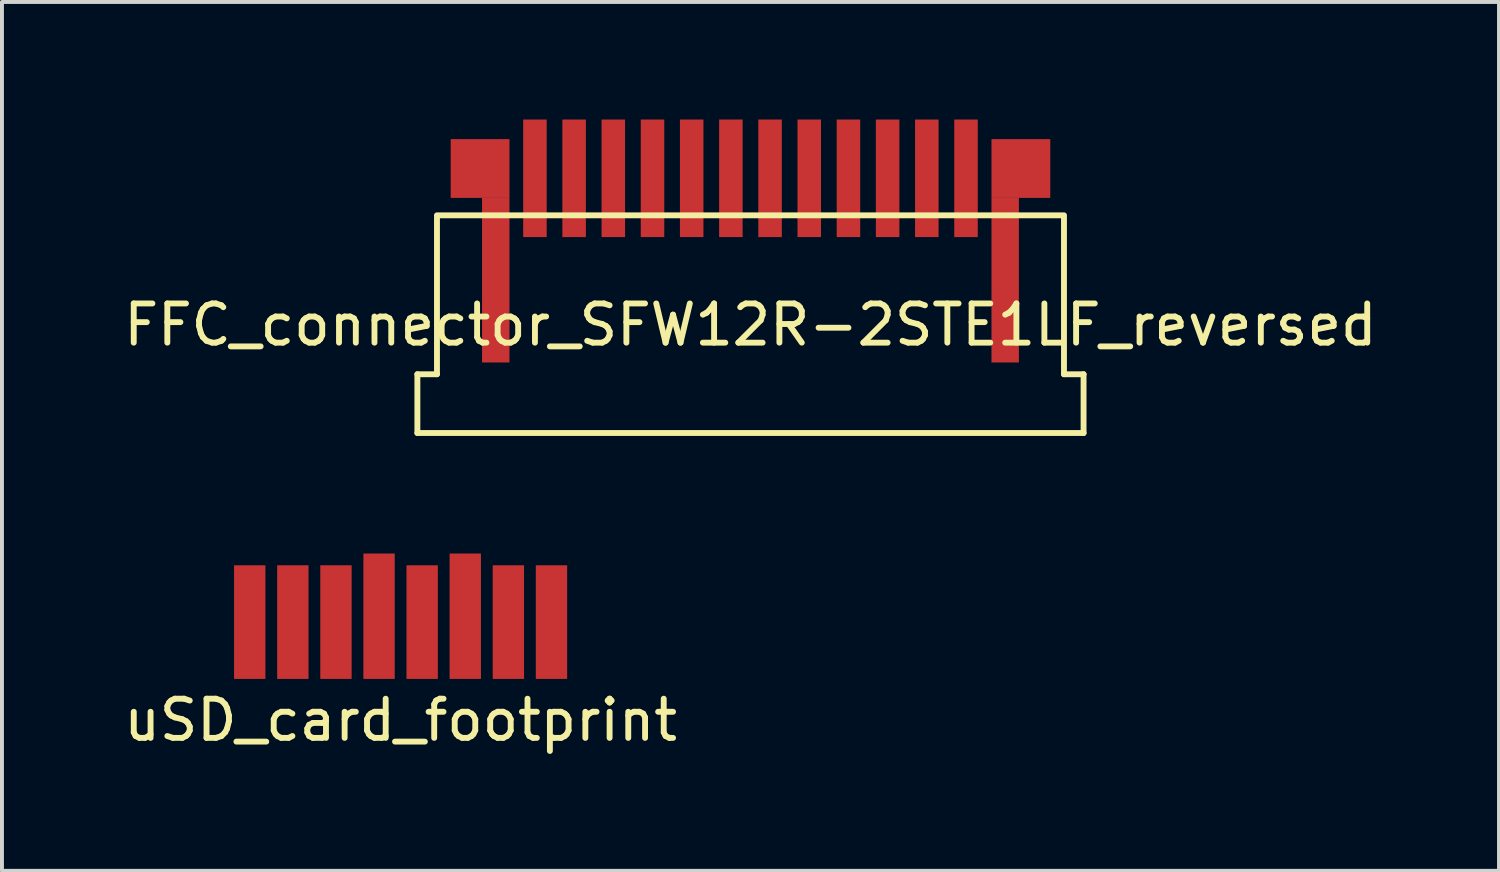
<source format=kicad_pcb>
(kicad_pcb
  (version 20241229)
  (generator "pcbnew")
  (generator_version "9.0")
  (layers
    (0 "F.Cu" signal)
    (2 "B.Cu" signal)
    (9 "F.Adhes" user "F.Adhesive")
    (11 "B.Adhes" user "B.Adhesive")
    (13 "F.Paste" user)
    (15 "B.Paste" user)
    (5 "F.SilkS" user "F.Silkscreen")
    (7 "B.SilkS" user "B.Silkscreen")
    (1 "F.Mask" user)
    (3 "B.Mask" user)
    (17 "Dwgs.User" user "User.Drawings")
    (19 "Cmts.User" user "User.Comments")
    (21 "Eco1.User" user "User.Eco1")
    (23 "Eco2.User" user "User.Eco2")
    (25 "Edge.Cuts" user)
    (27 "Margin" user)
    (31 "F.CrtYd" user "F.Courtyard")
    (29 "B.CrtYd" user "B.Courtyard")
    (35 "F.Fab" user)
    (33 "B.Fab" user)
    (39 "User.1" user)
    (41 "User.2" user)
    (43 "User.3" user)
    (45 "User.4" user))
  (footprint "uSD_card_footprint"
    (layer "F.Cu")
    (at 7.173 12.825)
    (property "Reference" "uSD_card_footprint" (at 0 2.5 0) (layer "F.SilkS") (effects (font (size 1 1) (thickness 0.15))))
    (attr through_hole)
    (pad "1" smd rect (at -3.85 0) (size 0.8 2.9) (layers "F.Cu" "F.Mask" "F.Paste"))
    (pad "2" smd rect (at -2.75 0) (size 0.8 2.9) (layers "F.Cu" "F.Mask" "F.Paste"))
    (pad "3" smd rect (at -1.65 0) (size 0.8 2.9) (layers "F.Cu" "F.Mask" "F.Paste"))
    (pad "4" smd rect (at -0.55 -0.15) (size 0.8 3.2) (layers "F.Cu" "F.Mask" "F.Paste"))
    (pad "5" smd rect (at 0.55 0) (size 0.8 2.9) (layers "F.Cu" "F.Mask" "F.Paste"))
    (pad "6" smd rect (at 1.65 -0.15) (size 0.8 3.2) (layers "F.Cu" "F.Mask" "F.Paste"))
    (pad "7" smd rect (at 2.75 0) (size 0.8 2.9) (layers "F.Cu" "F.Mask" "F.Paste"))
    (pad "8" smd rect (at 3.85 0) (size 0.8 2.9) (layers "F.Cu" "F.Mask" "F.Paste")))
  (footprint "FFC_connector_SFW12R-2STE1LF_reversed"
    (layer "F.Cu")
    (at 16.101 2)
    (property "Reference" "FFC_connector_SFW12R-2STE1LF_reversed" (at 0 3.239 0) (layer "F.SilkS") (effects (font (size 1 1) (thickness 0.15))))
    (attr through_hole)
    (fp_line (start -8.5 4.5) (end -8.5 6) (stroke (width 0.15) (type solid)) (layer "F.SilkS"))
    (fp_line (start -8.5 6) (end 8.5 6) (stroke (width 0.15) (type solid)) (layer "F.SilkS"))
    (fp_line (start -8.001 0.445) (end 8.001 0.445) (stroke (width 0.15) (type solid)) (layer "F.SilkS"))
    (fp_line (start -8 0.5) (end -8 4.5) (stroke (width 0.15) (type solid)) (layer "F.SilkS"))
    (fp_line (start -8 4.5) (end -8.5 4.5) (stroke (width 0.15) (type solid)) (layer "F.SilkS"))
    (fp_line (start 8 0.5) (end 8 4.5) (stroke (width 0.15) (type solid)) (layer "F.SilkS"))
    (fp_line (start 8 4.5) (end 8.5 4.5) (stroke (width 0.15) (type solid)) (layer "F.SilkS"))
    (fp_line (start 8.5 4.5) (end 8.5 6) (stroke (width 0.15) (type solid)) (layer "F.SilkS"))
    (pad "" smd rect (at -6.9 -0.75) (size 1.5 1.5) (layers "F.Cu" "F.Mask" "F.Paste"))
    (pad "" smd rect (at 6.9 -0.75) (size 1.5 1.5) (layers "F.Cu" "F.Mask" "F.Paste"))
    (pad "1" smd rect (at 5.5 -0.5) (size 0.6 3) (layers "F.Cu" "F.Mask" "F.Paste"))
    (pad "2" smd rect (at 4.5 -0.5) (size 0.6 3) (layers "F.Cu" "F.Mask" "F.Paste"))
    (pad "3" smd rect (at 3.5 -0.5) (size 0.6 3) (layers "F.Cu" "F.Mask" "F.Paste"))
    (pad "4" smd rect (at 2.5 -0.5) (size 0.6 3) (layers "F.Cu" "F.Mask" "F.Paste"))
    (pad "5" smd rect (at 1.5 -0.5) (size 0.6 3) (layers "F.Cu" "F.Mask" "F.Paste"))
    (pad "6" smd rect (at 0.5 -0.5) (size 0.6 3) (layers "F.Cu" "F.Mask" "F.Paste"))
    (pad "7" smd rect (at -0.5 -0.5) (size 0.6 3) (layers "F.Cu" "F.Mask" "F.Paste"))
    (pad "8" smd rect (at -1.5 -0.5) (size 0.6 3) (layers "F.Cu" "F.Mask" "F.Paste"))
    (pad "9" smd rect (at -2.5 -0.5) (size 0.6 3) (layers "F.Cu" "F.Mask" "F.Paste"))
    (pad "10" smd rect (at -3.5 -0.5) (size 0.6 3) (layers "F.Cu" "F.Mask" "F.Paste"))
    (pad "11" smd rect (at -4.5 -0.5) (size 0.6 3) (layers "F.Cu" "F.Mask" "F.Paste"))
    (pad "12" smd rect (at -5.5 -0.5) (size 0.6 3) (layers "F.Cu" "F.Mask" "F.Paste"))
    (pad "A1" smd rect (at 6.5 2.1) (size 0.7 4.2) (layers "F.Cu" "F.Mask" "F.Paste"))
    (pad "A2" smd rect (at -6.5 2.1) (size 0.7 4.2) (layers "F.Cu" "F.Mask" "F.Paste")))
  (gr_rect
    (start -3 -3)
    (end 35.202 19.173)
    (stroke (width 0.1) (type default))
    (fill no)
    (layer "Edge.Cuts")))
</source>
